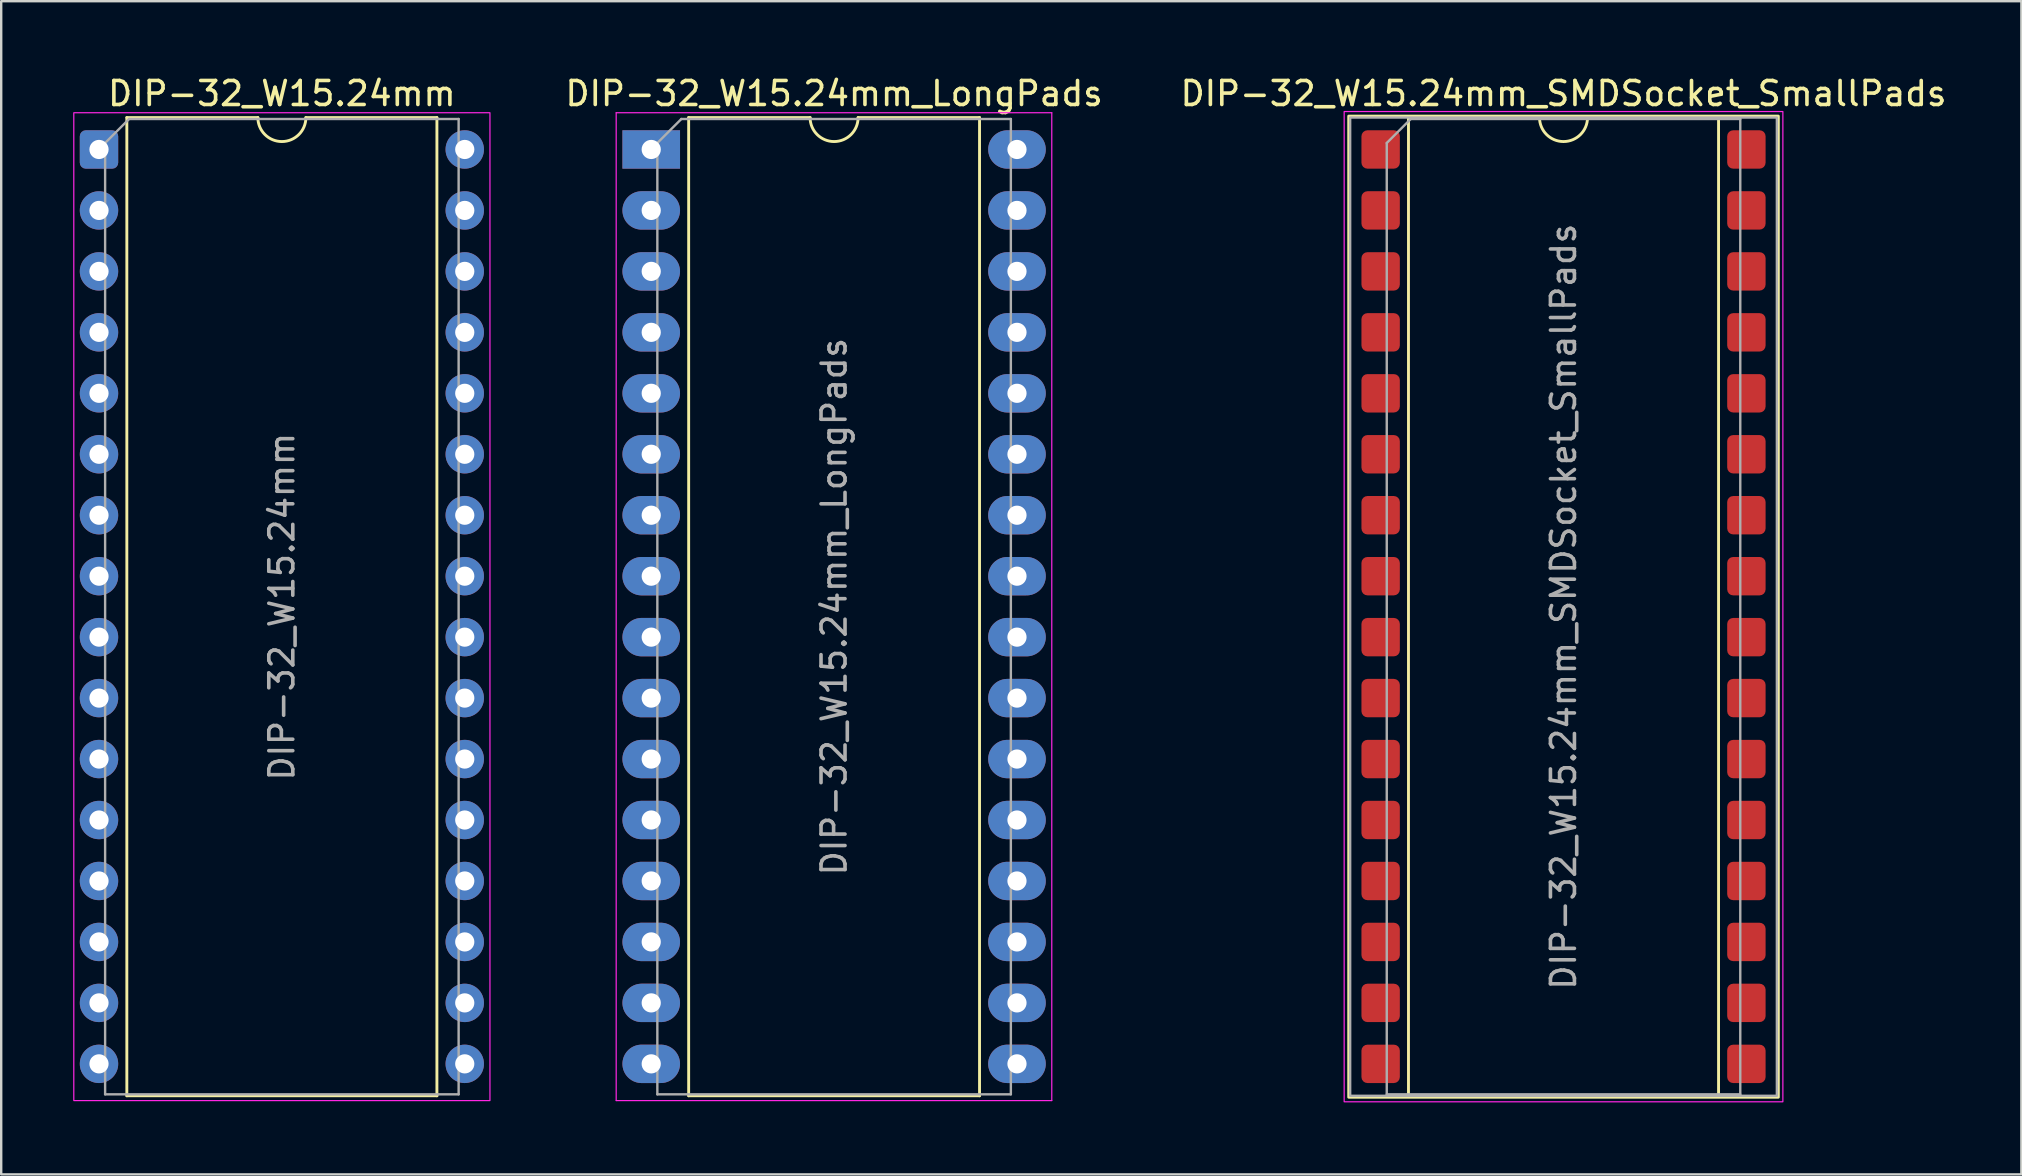
<source format=kicad_pcb>
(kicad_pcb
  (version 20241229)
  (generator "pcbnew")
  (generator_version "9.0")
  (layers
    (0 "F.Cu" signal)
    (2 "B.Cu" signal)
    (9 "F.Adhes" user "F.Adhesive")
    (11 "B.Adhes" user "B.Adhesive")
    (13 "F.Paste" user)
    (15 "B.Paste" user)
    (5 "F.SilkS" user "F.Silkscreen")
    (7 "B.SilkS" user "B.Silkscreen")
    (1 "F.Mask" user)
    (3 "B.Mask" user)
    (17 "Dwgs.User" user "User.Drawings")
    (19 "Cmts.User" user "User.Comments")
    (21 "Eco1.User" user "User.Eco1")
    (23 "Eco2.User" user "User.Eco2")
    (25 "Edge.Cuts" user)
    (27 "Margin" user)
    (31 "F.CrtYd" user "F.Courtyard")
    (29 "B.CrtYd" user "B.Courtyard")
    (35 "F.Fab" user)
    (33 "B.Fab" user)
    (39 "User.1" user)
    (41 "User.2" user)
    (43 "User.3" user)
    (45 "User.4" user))
  (footprint "DIP-32_W15.24mm_LongPads"
    (layer "F.Cu")
    (at 24.085 3.178)
    (property "Reference" "DIP-32_W15.24mm_LongPads" (at 7.62 -2.33 0) (layer "F.SilkS") (effects (font (size 1 1) (thickness 0.15))))
    (attr through_hole)
    (fp_line (start 1.56 -1.33) (end 1.56 39.43) (stroke (width 0.12) (type solid)) (layer "F.SilkS"))
    (fp_line (start 1.56 39.43) (end 13.68 39.43) (stroke (width 0.12) (type solid)) (layer "F.SilkS"))
    (fp_line (start 6.62 -1.33) (end 1.56 -1.33) (stroke (width 0.12) (type solid)) (layer "F.SilkS"))
    (fp_line (start 13.68 -1.33) (end 8.62 -1.33) (stroke (width 0.12) (type solid)) (layer "F.SilkS"))
    (fp_line (start 13.68 39.43) (end 13.68 -1.33) (stroke (width 0.12) (type solid)) (layer "F.SilkS"))
    (fp_arc (start 8.62 -1.33) (mid 7.62 -0.33) (end 6.62 -1.33) (stroke (width 0.12) (type solid)) (layer "F.SilkS"))
    (fp_line (start -1.46 -1.53) (end -1.46 39.63) (stroke (width 0.05) (type solid)) (layer "F.CrtYd"))
    (fp_line (start -1.46 39.63) (end 16.69 39.63) (stroke (width 0.05) (type solid)) (layer "F.CrtYd"))
    (fp_line (start 16.69 -1.53) (end -1.46 -1.53) (stroke (width 0.05) (type solid)) (layer "F.CrtYd"))
    (fp_line (start 16.69 39.63) (end 16.69 -1.53) (stroke (width 0.05) (type solid)) (layer "F.CrtYd"))
    (fp_line (start 0.255 -0.27) (end 1.255 -1.27) (stroke (width 0.1) (type solid)) (layer "F.Fab"))
    (fp_line (start 0.255 39.37) (end 0.255 -0.27) (stroke (width 0.1) (type solid)) (layer "F.Fab"))
    (fp_line (start 1.255 -1.27) (end 14.985 -1.27) (stroke (width 0.1) (type solid)) (layer "F.Fab"))
    (fp_line (start 14.985 -1.27) (end 14.985 39.37) (stroke (width 0.1) (type solid)) (layer "F.Fab"))
    (fp_line (start 14.985 39.37) (end 0.255 39.37) (stroke (width 0.1) (type solid)) (layer "F.Fab"))
    (fp_text user "${REFERENCE}" (at 7.62 19.05 90) (layer "F.Fab") (effects (font (size 1 1) (thickness 0.15))))
    (pad "1" thru_hole rect (at 0 0) (size 2.4 1.6) (drill 0.8) (layers "*.Cu" "*.Mask"))
    (pad "2" thru_hole oval (at 0 2.54) (size 2.4 1.6) (drill 0.8) (layers "*.Cu" "*.Mask"))
    (pad "3" thru_hole oval (at 0 5.08) (size 2.4 1.6) (drill 0.8) (layers "*.Cu" "*.Mask"))
    (pad "4" thru_hole oval (at 0 7.62) (size 2.4 1.6) (drill 0.8) (layers "*.Cu" "*.Mask"))
    (pad "5" thru_hole oval (at 0 10.16) (size 2.4 1.6) (drill 0.8) (layers "*.Cu" "*.Mask"))
    (pad "6" thru_hole oval (at 0 12.7) (size 2.4 1.6) (drill 0.8) (layers "*.Cu" "*.Mask"))
    (pad "7" thru_hole oval (at 0 15.24) (size 2.4 1.6) (drill 0.8) (layers "*.Cu" "*.Mask"))
    (pad "8" thru_hole oval (at 0 17.78) (size 2.4 1.6) (drill 0.8) (layers "*.Cu" "*.Mask"))
    (pad "9" thru_hole oval (at 0 20.32) (size 2.4 1.6) (drill 0.8) (layers "*.Cu" "*.Mask"))
    (pad "10" thru_hole oval (at 0 22.86) (size 2.4 1.6) (drill 0.8) (layers "*.Cu" "*.Mask"))
    (pad "11" thru_hole oval (at 0 25.4) (size 2.4 1.6) (drill 0.8) (layers "*.Cu" "*.Mask"))
    (pad "12" thru_hole oval (at 0 27.94) (size 2.4 1.6) (drill 0.8) (layers "*.Cu" "*.Mask"))
    (pad "13" thru_hole oval (at 0 30.48) (size 2.4 1.6) (drill 0.8) (layers "*.Cu" "*.Mask"))
    (pad "14" thru_hole oval (at 0 33.02) (size 2.4 1.6) (drill 0.8) (layers "*.Cu" "*.Mask"))
    (pad "15" thru_hole oval (at 0 35.56) (size 2.4 1.6) (drill 0.8) (layers "*.Cu" "*.Mask"))
    (pad "16" thru_hole oval (at 0 38.1) (size 2.4 1.6) (drill 0.8) (layers "*.Cu" "*.Mask"))
    (pad "17" thru_hole oval (at 15.24 38.1) (size 2.4 1.6) (drill 0.8) (layers "*.Cu" "*.Mask"))
    (pad "18" thru_hole oval (at 15.24 35.56) (size 2.4 1.6) (drill 0.8) (layers "*.Cu" "*.Mask"))
    (pad "19" thru_hole oval (at 15.24 33.02) (size 2.4 1.6) (drill 0.8) (layers "*.Cu" "*.Mask"))
    (pad "20" thru_hole oval (at 15.24 30.48) (size 2.4 1.6) (drill 0.8) (layers "*.Cu" "*.Mask"))
    (pad "21" thru_hole oval (at 15.24 27.94) (size 2.4 1.6) (drill 0.8) (layers "*.Cu" "*.Mask"))
    (pad "22" thru_hole oval (at 15.24 25.4) (size 2.4 1.6) (drill 0.8) (layers "*.Cu" "*.Mask"))
    (pad "23" thru_hole oval (at 15.24 22.86) (size 2.4 1.6) (drill 0.8) (layers "*.Cu" "*.Mask"))
    (pad "24" thru_hole oval (at 15.24 20.32) (size 2.4 1.6) (drill 0.8) (layers "*.Cu" "*.Mask"))
    (pad "25" thru_hole oval (at 15.24 17.78) (size 2.4 1.6) (drill 0.8) (layers "*.Cu" "*.Mask"))
    (pad "26" thru_hole oval (at 15.24 15.24) (size 2.4 1.6) (drill 0.8) (layers "*.Cu" "*.Mask"))
    (pad "27" thru_hole oval (at 15.24 12.7) (size 2.4 1.6) (drill 0.8) (layers "*.Cu" "*.Mask"))
    (pad "28" thru_hole oval (at 15.24 10.16) (size 2.4 1.6) (drill 0.8) (layers "*.Cu" "*.Mask"))
    (pad "29" thru_hole oval (at 15.24 7.62) (size 2.4 1.6) (drill 0.8) (layers "*.Cu" "*.Mask"))
    (pad "30" thru_hole oval (at 15.24 5.08) (size 2.4 1.6) (drill 0.8) (layers "*.Cu" "*.Mask"))
    (pad "31" thru_hole oval (at 15.24 2.54) (size 2.4 1.6) (drill 0.8) (layers "*.Cu" "*.Mask"))
    (pad "32" thru_hole oval (at 15.24 0) (size 2.4 1.6) (drill 0.8) (layers "*.Cu" "*.Mask")))
  (footprint "DIP-32_W15.24mm"
    (layer "F.Cu")
    (at 1.075 3.178)
    (property "Reference" "DIP-32_W15.24mm" (at 7.62 -2.33 0) (layer "F.SilkS") (effects (font (size 1 1) (thickness 0.15))))
    (attr through_hole)
    (fp_line (start 1.16 -1.33) (end 1.16 39.43) (stroke (width 0.12) (type solid)) (layer "F.SilkS"))
    (fp_line (start 1.16 39.43) (end 14.08 39.43) (stroke (width 0.12) (type solid)) (layer "F.SilkS"))
    (fp_line (start 6.62 -1.33) (end 1.16 -1.33) (stroke (width 0.12) (type solid)) (layer "F.SilkS"))
    (fp_line (start 14.08 -1.33) (end 8.62 -1.33) (stroke (width 0.12) (type solid)) (layer "F.SilkS"))
    (fp_line (start 14.08 39.43) (end 14.08 -1.33) (stroke (width 0.12) (type solid)) (layer "F.SilkS"))
    (fp_arc (start 8.62 -1.33) (mid 7.62 -0.33) (end 6.62 -1.33) (stroke (width 0.12) (type solid)) (layer "F.SilkS"))
    (fp_rect (start -1.05 -1.53) (end 16.29 39.63) (stroke (width 0.05) (type solid)) (fill no) (layer "F.CrtYd"))
    (fp_line (start 0.255 -0.27) (end 1.255 -1.27) (stroke (width 0.1) (type solid)) (layer "F.Fab"))
    (fp_line (start 0.255 39.37) (end 0.255 -0.27) (stroke (width 0.1) (type solid)) (layer "F.Fab"))
    (fp_line (start 1.255 -1.27) (end 14.985 -1.27) (stroke (width 0.1) (type solid)) (layer "F.Fab"))
    (fp_line (start 14.985 -1.27) (end 14.985 39.37) (stroke (width 0.1) (type solid)) (layer "F.Fab"))
    (fp_line (start 14.985 39.37) (end 0.255 39.37) (stroke (width 0.1) (type solid)) (layer "F.Fab"))
    (fp_text user "${REFERENCE}" (at 7.62 19.05 90) (layer "F.Fab") (effects (font (size 1 1) (thickness 0.15))))
    (pad "1" thru_hole roundrect (at 0 0) (size 1.6 1.6) (drill 0.8) (layers "*.Cu" "*.Mask") (roundrect_rratio 0.156))
    (pad "2" thru_hole circle (at 0 2.54) (size 1.6 1.6) (drill 0.8) (layers "*.Cu" "*.Mask"))
    (pad "3" thru_hole circle (at 0 5.08) (size 1.6 1.6) (drill 0.8) (layers "*.Cu" "*.Mask"))
    (pad "4" thru_hole circle (at 0 7.62) (size 1.6 1.6) (drill 0.8) (layers "*.Cu" "*.Mask"))
    (pad "5" thru_hole circle (at 0 10.16) (size 1.6 1.6) (drill 0.8) (layers "*.Cu" "*.Mask"))
    (pad "6" thru_hole circle (at 0 12.7) (size 1.6 1.6) (drill 0.8) (layers "*.Cu" "*.Mask"))
    (pad "7" thru_hole circle (at 0 15.24) (size 1.6 1.6) (drill 0.8) (layers "*.Cu" "*.Mask"))
    (pad "8" thru_hole circle (at 0 17.78) (size 1.6 1.6) (drill 0.8) (layers "*.Cu" "*.Mask"))
    (pad "9" thru_hole circle (at 0 20.32) (size 1.6 1.6) (drill 0.8) (layers "*.Cu" "*.Mask"))
    (pad "10" thru_hole circle (at 0 22.86) (size 1.6 1.6) (drill 0.8) (layers "*.Cu" "*.Mask"))
    (pad "11" thru_hole circle (at 0 25.4) (size 1.6 1.6) (drill 0.8) (layers "*.Cu" "*.Mask"))
    (pad "12" thru_hole circle (at 0 27.94) (size 1.6 1.6) (drill 0.8) (layers "*.Cu" "*.Mask"))
    (pad "13" thru_hole circle (at 0 30.48) (size 1.6 1.6) (drill 0.8) (layers "*.Cu" "*.Mask"))
    (pad "14" thru_hole circle (at 0 33.02) (size 1.6 1.6) (drill 0.8) (layers "*.Cu" "*.Mask"))
    (pad "15" thru_hole circle (at 0 35.56) (size 1.6 1.6) (drill 0.8) (layers "*.Cu" "*.Mask"))
    (pad "16" thru_hole circle (at 0 38.1) (size 1.6 1.6) (drill 0.8) (layers "*.Cu" "*.Mask"))
    (pad "17" thru_hole circle (at 15.24 38.1) (size 1.6 1.6) (drill 0.8) (layers "*.Cu" "*.Mask"))
    (pad "18" thru_hole circle (at 15.24 35.56) (size 1.6 1.6) (drill 0.8) (layers "*.Cu" "*.Mask"))
    (pad "19" thru_hole circle (at 15.24 33.02) (size 1.6 1.6) (drill 0.8) (layers "*.Cu" "*.Mask"))
    (pad "20" thru_hole circle (at 15.24 30.48) (size 1.6 1.6) (drill 0.8) (layers "*.Cu" "*.Mask"))
    (pad "21" thru_hole circle (at 15.24 27.94) (size 1.6 1.6) (drill 0.8) (layers "*.Cu" "*.Mask"))
    (pad "22" thru_hole circle (at 15.24 25.4) (size 1.6 1.6) (drill 0.8) (layers "*.Cu" "*.Mask"))
    (pad "23" thru_hole circle (at 15.24 22.86) (size 1.6 1.6) (drill 0.8) (layers "*.Cu" "*.Mask"))
    (pad "24" thru_hole circle (at 15.24 20.32) (size 1.6 1.6) (drill 0.8) (layers "*.Cu" "*.Mask"))
    (pad "25" thru_hole circle (at 15.24 17.78) (size 1.6 1.6) (drill 0.8) (layers "*.Cu" "*.Mask"))
    (pad "26" thru_hole circle (at 15.24 15.24) (size 1.6 1.6) (drill 0.8) (layers "*.Cu" "*.Mask"))
    (pad "27" thru_hole circle (at 15.24 12.7) (size 1.6 1.6) (drill 0.8) (layers "*.Cu" "*.Mask"))
    (pad "28" thru_hole circle (at 15.24 10.16) (size 1.6 1.6) (drill 0.8) (layers "*.Cu" "*.Mask"))
    (pad "29" thru_hole circle (at 15.24 7.62) (size 1.6 1.6) (drill 0.8) (layers "*.Cu" "*.Mask"))
    (pad "30" thru_hole circle (at 15.24 5.08) (size 1.6 1.6) (drill 0.8) (layers "*.Cu" "*.Mask"))
    (pad "31" thru_hole circle (at 15.24 2.54) (size 1.6 1.6) (drill 0.8) (layers "*.Cu" "*.Mask"))
    (pad "32" thru_hole circle (at 15.24 0) (size 1.6 1.6) (drill 0.8) (layers "*.Cu" "*.Mask")))
  (footprint "DIP-32_W15.24mm_SMDSocket_SmallPads"
    (layer "F.Cu")
    (at 62.098 22.228)
    (property "Reference" "DIP-32_W15.24mm_SMDSocket_SmallPads" (at 0 -21.38 0) (layer "F.SilkS") (effects (font (size 1 1) (thickness 0.15))))
    (attr smd)
    (fp_line (start -6.46 -20.38) (end -6.46 20.38) (stroke (width 0.12) (type solid)) (layer "F.SilkS"))
    (fp_line (start -6.46 20.38) (end 6.46 20.38) (stroke (width 0.12) (type solid)) (layer "F.SilkS"))
    (fp_line (start -1 -20.38) (end -6.46 -20.38) (stroke (width 0.12) (type solid)) (layer "F.SilkS"))
    (fp_line (start 6.46 -20.38) (end 1 -20.38) (stroke (width 0.12) (type solid)) (layer "F.SilkS"))
    (fp_line (start 6.46 20.38) (end 6.46 -20.38) (stroke (width 0.12) (type solid)) (layer "F.SilkS"))
    (fp_rect (start -8.95 -20.44) (end 8.95 20.44) (stroke (width 0.12) (type solid)) (fill no) (layer "F.SilkS"))
    (fp_arc (start 1 -20.38) (mid 0 -19.38) (end -1 -20.38) (stroke (width 0.12) (type solid)) (layer "F.SilkS"))
    (fp_rect (start -9.14 -20.63) (end 9.14 20.63) (stroke (width 0.05) (type solid)) (fill no) (layer "F.CrtYd"))
    (fp_line (start -7.365 -19.32) (end -6.365 -20.32) (stroke (width 0.1) (type solid)) (layer "F.Fab"))
    (fp_line (start -7.365 20.32) (end -7.365 -19.32) (stroke (width 0.1) (type solid)) (layer "F.Fab"))
    (fp_line (start -6.365 -20.32) (end 7.365 -20.32) (stroke (width 0.1) (type solid)) (layer "F.Fab"))
    (fp_line (start 7.365 -20.32) (end 7.365 20.32) (stroke (width 0.1) (type solid)) (layer "F.Fab"))
    (fp_line (start 7.365 20.32) (end -7.365 20.32) (stroke (width 0.1) (type solid)) (layer "F.Fab"))
    (fp_rect (start -8.89 -20.38) (end 8.89 20.38) (stroke (width 0.1) (type solid)) (fill no) (layer "F.Fab"))
    (fp_text user "${REFERENCE}" (at 0 0 90) (layer "F.Fab") (effects (font (size 1 1) (thickness 0.15))))
    (pad "1" smd roundrect (at -7.62 -19.05) (size 1.6 1.6) (layers "F.Cu" "F.Mask" "F.Paste") (roundrect_rratio 0.156))
    (pad "2" smd roundrect (at -7.62 -16.51) (size 1.6 1.6) (layers "F.Cu" "F.Mask" "F.Paste") (roundrect_rratio 0.156))
    (pad "3" smd roundrect (at -7.62 -13.97) (size 1.6 1.6) (layers "F.Cu" "F.Mask" "F.Paste") (roundrect_rratio 0.156))
    (pad "4" smd roundrect (at -7.62 -11.43) (size 1.6 1.6) (layers "F.Cu" "F.Mask" "F.Paste") (roundrect_rratio 0.156))
    (pad "5" smd roundrect (at -7.62 -8.89) (size 1.6 1.6) (layers "F.Cu" "F.Mask" "F.Paste") (roundrect_rratio 0.156))
    (pad "6" smd roundrect (at -7.62 -6.35) (size 1.6 1.6) (layers "F.Cu" "F.Mask" "F.Paste") (roundrect_rratio 0.156))
    (pad "7" smd roundrect (at -7.62 -3.81) (size 1.6 1.6) (layers "F.Cu" "F.Mask" "F.Paste") (roundrect_rratio 0.156))
    (pad "8" smd roundrect (at -7.62 -1.27) (size 1.6 1.6) (layers "F.Cu" "F.Mask" "F.Paste") (roundrect_rratio 0.156))
    (pad "9" smd roundrect (at -7.62 1.27) (size 1.6 1.6) (layers "F.Cu" "F.Mask" "F.Paste") (roundrect_rratio 0.156))
    (pad "10" smd roundrect (at -7.62 3.81) (size 1.6 1.6) (layers "F.Cu" "F.Mask" "F.Paste") (roundrect_rratio 0.156))
    (pad "11" smd roundrect (at -7.62 6.35) (size 1.6 1.6) (layers "F.Cu" "F.Mask" "F.Paste") (roundrect_rratio 0.156))
    (pad "12" smd roundrect (at -7.62 8.89) (size 1.6 1.6) (layers "F.Cu" "F.Mask" "F.Paste") (roundrect_rratio 0.156))
    (pad "13" smd roundrect (at -7.62 11.43) (size 1.6 1.6) (layers "F.Cu" "F.Mask" "F.Paste") (roundrect_rratio 0.156))
    (pad "14" smd roundrect (at -7.62 13.97) (size 1.6 1.6) (layers "F.Cu" "F.Mask" "F.Paste") (roundrect_rratio 0.156))
    (pad "15" smd roundrect (at -7.62 16.51) (size 1.6 1.6) (layers "F.Cu" "F.Mask" "F.Paste") (roundrect_rratio 0.156))
    (pad "16" smd roundrect (at -7.62 19.05) (size 1.6 1.6) (layers "F.Cu" "F.Mask" "F.Paste") (roundrect_rratio 0.156))
    (pad "17" smd roundrect (at 7.62 19.05) (size 1.6 1.6) (layers "F.Cu" "F.Mask" "F.Paste") (roundrect_rratio 0.156))
    (pad "18" smd roundrect (at 7.62 16.51) (size 1.6 1.6) (layers "F.Cu" "F.Mask" "F.Paste") (roundrect_rratio 0.156))
    (pad "19" smd roundrect (at 7.62 13.97) (size 1.6 1.6) (layers "F.Cu" "F.Mask" "F.Paste") (roundrect_rratio 0.156))
    (pad "20" smd roundrect (at 7.62 11.43) (size 1.6 1.6) (layers "F.Cu" "F.Mask" "F.Paste") (roundrect_rratio 0.156))
    (pad "21" smd roundrect (at 7.62 8.89) (size 1.6 1.6) (layers "F.Cu" "F.Mask" "F.Paste") (roundrect_rratio 0.156))
    (pad "22" smd roundrect (at 7.62 6.35) (size 1.6 1.6) (layers "F.Cu" "F.Mask" "F.Paste") (roundrect_rratio 0.156))
    (pad "23" smd roundrect (at 7.62 3.81) (size 1.6 1.6) (layers "F.Cu" "F.Mask" "F.Paste") (roundrect_rratio 0.156))
    (pad "24" smd roundrect (at 7.62 1.27) (size 1.6 1.6) (layers "F.Cu" "F.Mask" "F.Paste") (roundrect_rratio 0.156))
    (pad "25" smd roundrect (at 7.62 -1.27) (size 1.6 1.6) (layers "F.Cu" "F.Mask" "F.Paste") (roundrect_rratio 0.156))
    (pad "26" smd roundrect (at 7.62 -3.81) (size 1.6 1.6) (layers "F.Cu" "F.Mask" "F.Paste") (roundrect_rratio 0.156))
    (pad "27" smd roundrect (at 7.62 -6.35) (size 1.6 1.6) (layers "F.Cu" "F.Mask" "F.Paste") (roundrect_rratio 0.156))
    (pad "28" smd roundrect (at 7.62 -8.89) (size 1.6 1.6) (layers "F.Cu" "F.Mask" "F.Paste") (roundrect_rratio 0.156))
    (pad "29" smd roundrect (at 7.62 -11.43) (size 1.6 1.6) (layers "F.Cu" "F.Mask" "F.Paste") (roundrect_rratio 0.156))
    (pad "30" smd roundrect (at 7.62 -13.97) (size 1.6 1.6) (layers "F.Cu" "F.Mask" "F.Paste") (roundrect_rratio 0.156))
    (pad "31" smd roundrect (at 7.62 -16.51) (size 1.6 1.6) (layers "F.Cu" "F.Mask" "F.Paste") (roundrect_rratio 0.156))
    (pad "32" smd roundrect (at 7.62 -19.05) (size 1.6 1.6) (layers "F.Cu" "F.Mask" "F.Paste") (roundrect_rratio 0.156)))
  (gr_rect
    (start -3 -3)
    (end 81.176 45.883)
    (stroke (width 0.1) (type default))
    (fill no)
    (layer "Edge.Cuts")))
</source>
